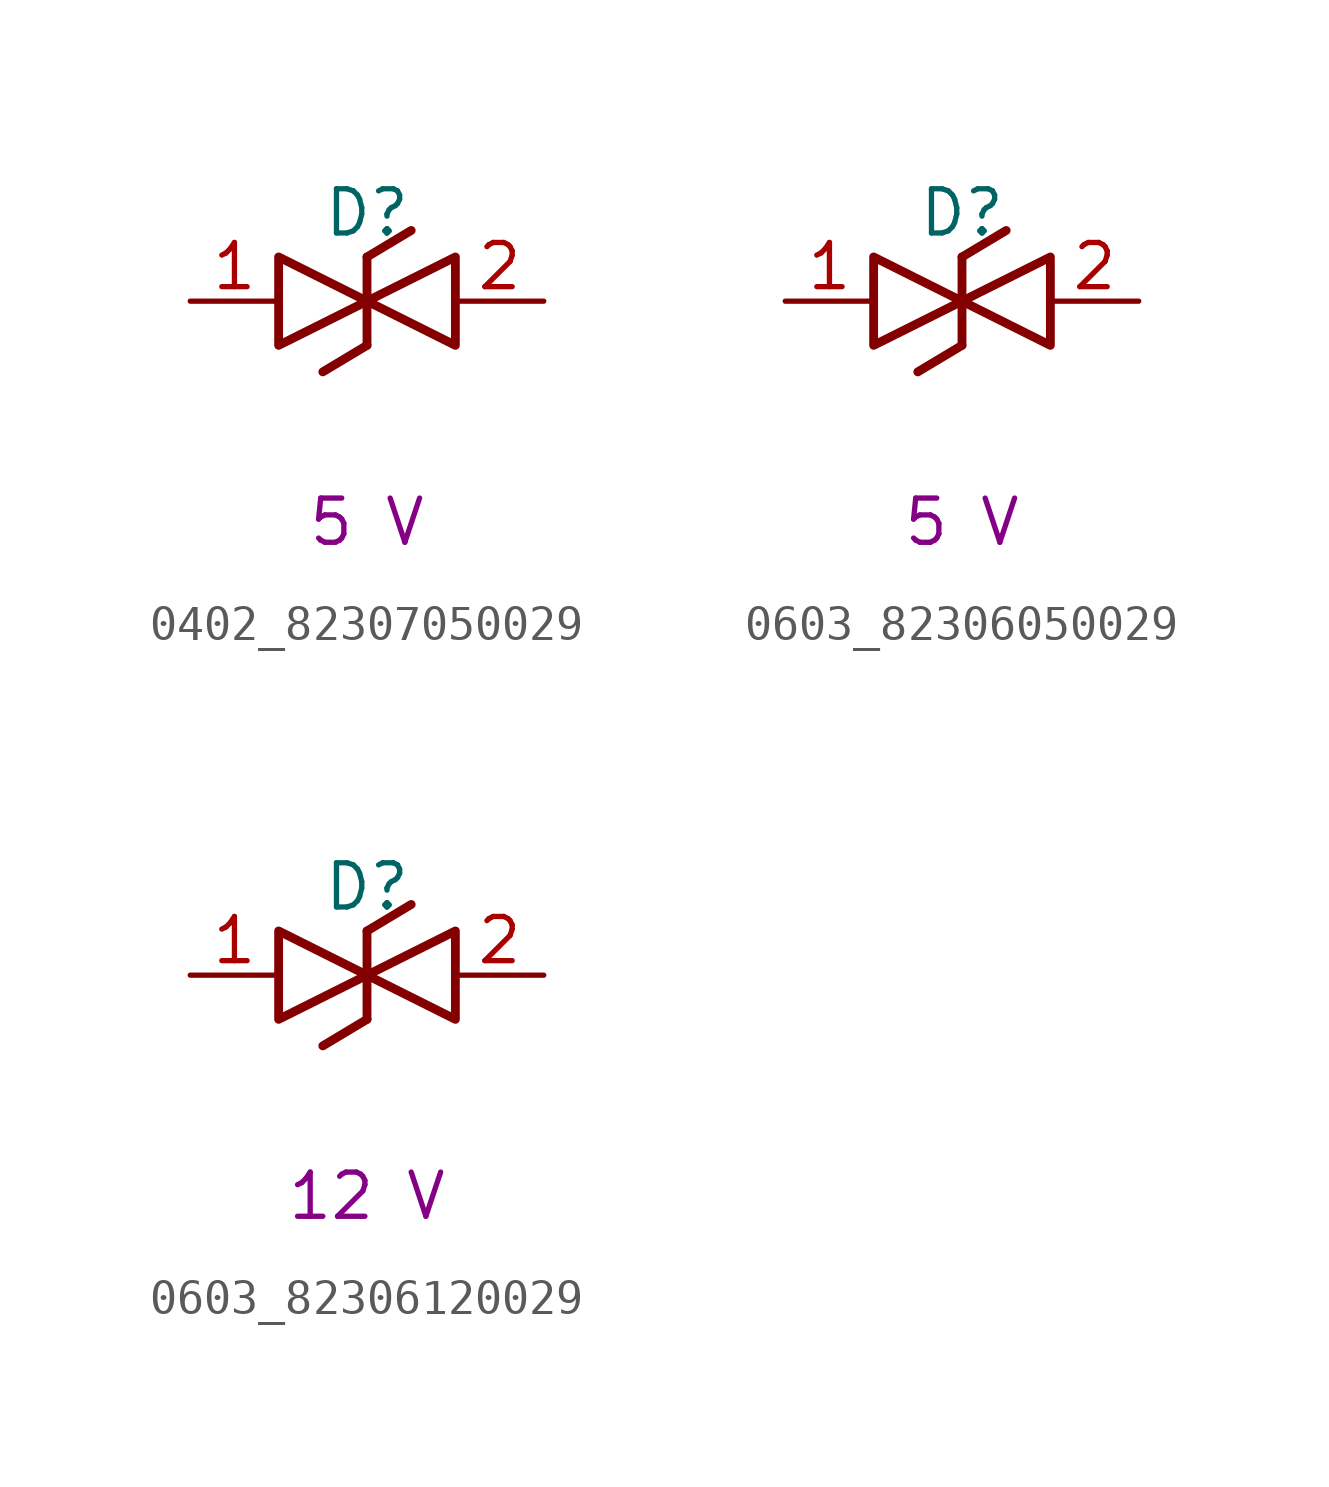
<source format=kicad_sym>
(kicad_symbol_lib
  (version 20220914)
  (generator kicad_symbol_editor)
  (symbol "0402_82307050029"
    (pin_names hide)
    (property "Reference" "D"
      (at 0 2.54 0)
      (effects (font (size 1.27 1.27))))
    (property "Critical Parameter" "5 V"
      (at 0 -6.35 0)
      (effects (font (size 1.27 1.27))))
    (symbol "0402_82307050029_0_1"
      (polyline (pts (xy -2.54 1.27) (xy -2.54 -1.27) (xy 2.54 1.27) (xy 2.54 -1.27) (xy -2.54 1.27)) (stroke (width 0.254) (type default)) (fill (type none))))
    (symbol "0402_82307050029_1_1"
      (polyline (pts (xy 0 -1.27) (xy -1.27 -2.032)) (stroke (width 0.254) (type default)) (fill (type none)))
      (polyline (pts (xy 0 1.27) (xy 0 -1.27)) (stroke (width 0.254) (type default)) (fill (type none)))
      (polyline (pts (xy 0 1.27) (xy 1.27 2.032)) (stroke (width 0.254) (type default)) (fill (type none)))
      (pin passive line (at -5.08 0 0) (length 2.54) (name "1" (effects (font (size 1.27 1.27)))) (number "1" (effects (font (size 1.27 1.27)))))
      (pin passive line (at 5.08 0 180) (length 2.54) (name "2" (effects (font (size 1.27 1.27)))) (number "2" (effects (font (size 1.27 1.27)))))))
  (symbol "0603_82306050029"
    (pin_names hide)
    (property "Reference" "D"
      (at 0 2.54 0)
      (effects (font (size 1.27 1.27))))
    (property "Critical Parameter" "5 V"
      (at 0 -6.35 0)
      (effects (font (size 1.27 1.27))))
    (symbol "0603_82306050029_0_1"
      (polyline (pts (xy -2.54 1.27) (xy -2.54 -1.27) (xy 2.54 1.27) (xy 2.54 -1.27) (xy -2.54 1.27)) (stroke (width 0.254) (type default)) (fill (type none))))
    (symbol "0603_82306050029_1_1"
      (polyline (pts (xy 0 -1.27) (xy -1.27 -2.032)) (stroke (width 0.254) (type default)) (fill (type none)))
      (polyline (pts (xy 0 1.27) (xy 0 -1.27)) (stroke (width 0.254) (type default)) (fill (type none)))
      (polyline (pts (xy 0 1.27) (xy 1.27 2.032)) (stroke (width 0.254) (type default)) (fill (type none)))
      (pin passive line (at -5.08 0 0) (length 2.54) (name "1" (effects (font (size 1.27 1.27)))) (number "1" (effects (font (size 1.27 1.27)))))
      (pin passive line (at 5.08 0 180) (length 2.54) (name "2" (effects (font (size 1.27 1.27)))) (number "2" (effects (font (size 1.27 1.27)))))))
  (symbol "0603_82306120029"
    (pin_names hide)
    (property "Reference" "D"
      (at 0 2.54 0)
      (effects (font (size 1.27 1.27))))
    (property "Critical Parameter" "12 V"
      (at 0 -6.35 0)
      (effects (font (size 1.27 1.27))))
    (symbol "0603_82306120029_0_1"
      (polyline (pts (xy -2.54 1.27) (xy -2.54 -1.27) (xy 2.54 1.27) (xy 2.54 -1.27) (xy -2.54 1.27)) (stroke (width 0.254) (type default)) (fill (type none))))
    (symbol "0603_82306120029_1_1"
      (polyline (pts (xy 0 -1.27) (xy -1.27 -2.032)) (stroke (width 0.254) (type default)) (fill (type none)))
      (polyline (pts (xy 0 1.27) (xy 0 -1.27)) (stroke (width 0.254) (type default)) (fill (type none)))
      (polyline (pts (xy 0 1.27) (xy 1.27 2.032)) (stroke (width 0.254) (type default)) (fill (type none)))
      (pin passive line (at -5.08 0 0) (length 2.54) (name "1" (effects (font (size 1.27 1.27)))) (number "1" (effects (font (size 1.27 1.27)))))
      (pin passive line (at 5.08 0 180) (length 2.54) (name "2" (effects (font (size 1.27 1.27)))) (number "2" (effects (font (size 1.27 1.27))))))))
</source>
